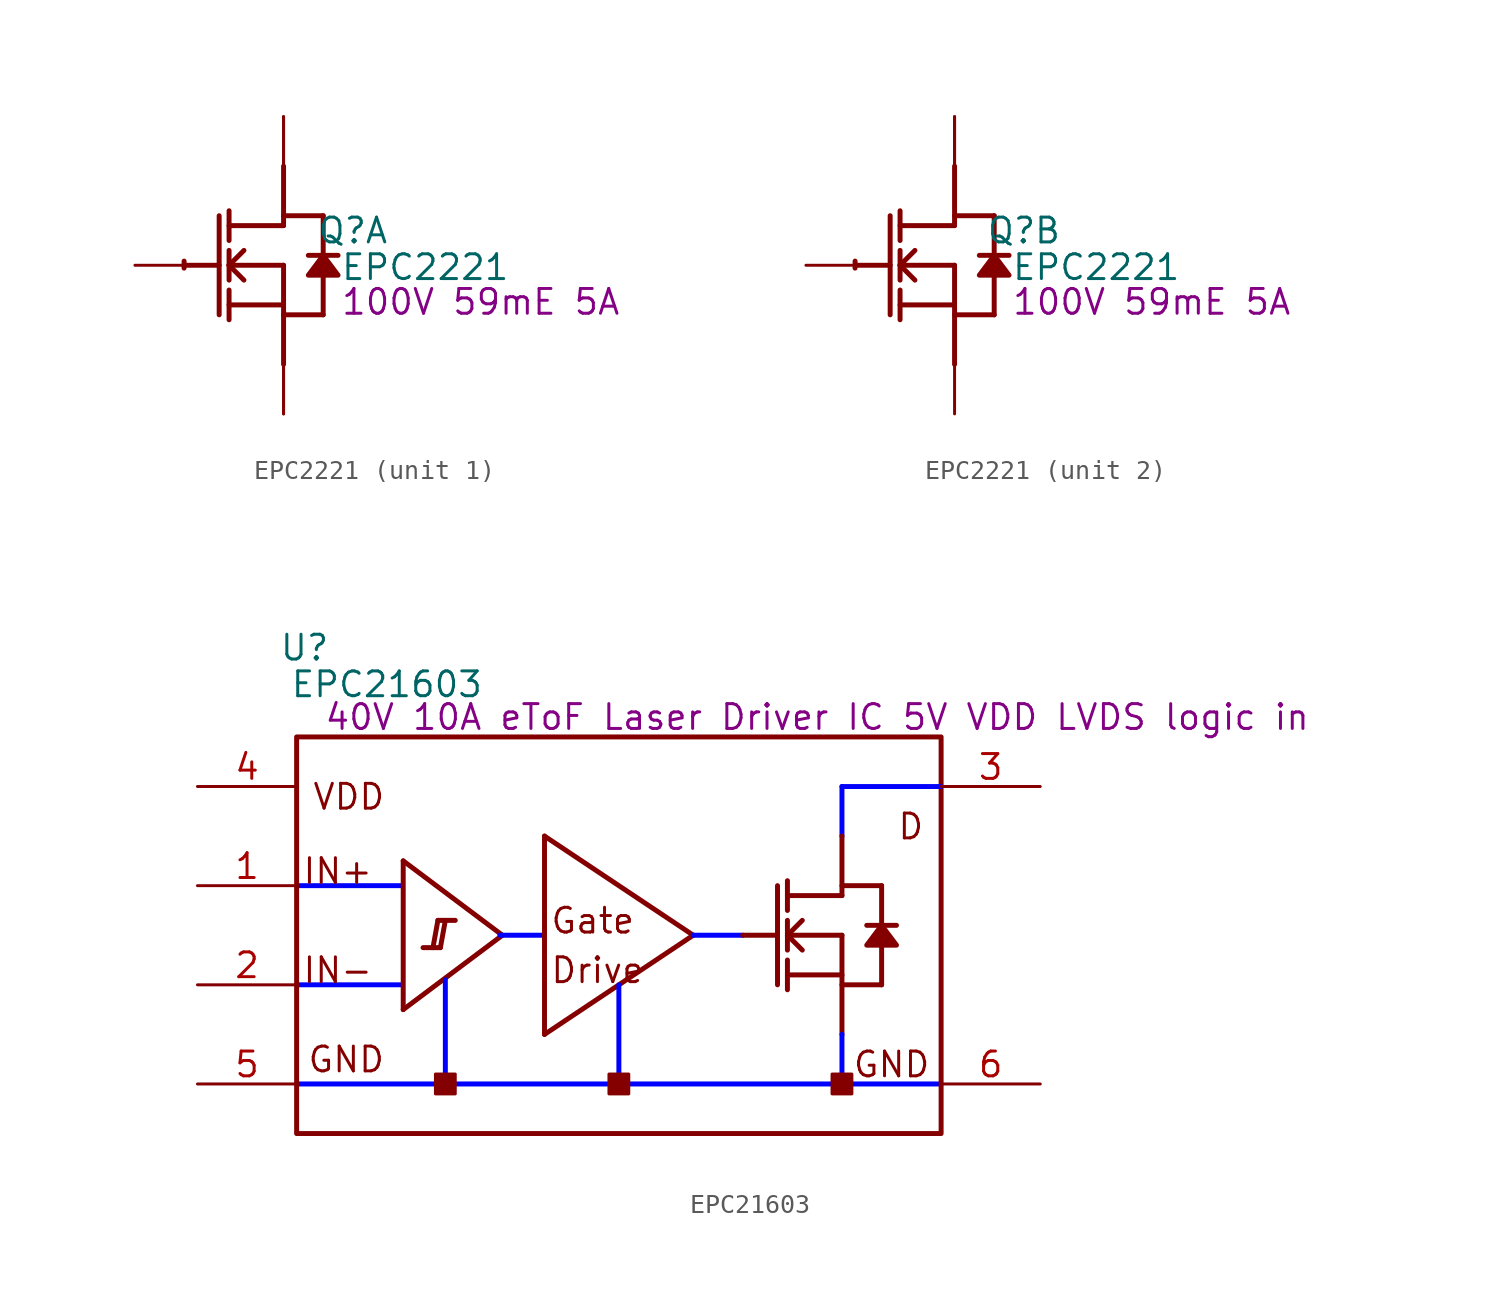
<source format=kicad_sym>
(kicad_symbol_lib
  (version 20231120)
  (generator "kicad_symbol_editor")
  (generator_version "8.0")
  (symbol "EPC2221"
    (property "Reference" "Q"
      (at 3.556 1.778 0)
      (effects (font (size 1.27 1.27))))
    (property "Value" "EPC2221"
      (at 7.264 -0.102 0)
      (effects (font (size 1.27 1.27))))
    (property "Description" "100V 59mE 5A"
      (at 10.109 -1.88 0)
      (effects (font (size 1.27 1.27))))
    (symbol "EPC2221_1_0"
      (arc (start -5.0996 0.2128) (mid -5.1039 0.0331) (end -5.1019 -0.1467) (stroke (width 0.254) (type solid)) (fill (type none)))
      (polyline (pts (xy -5.08 0) (xy -3.302 0)) (stroke (width 0.254) (type solid)) (fill (type none)))
      (polyline (pts (xy -3.302 2.54) (xy -3.302 -2.54)) (stroke (width 0.254) (type solid)) (fill (type none)))
      (polyline (pts (xy -2.794 -2.794) (xy -2.794 -1.27)) (stroke (width 0.254) (type solid)) (fill (type none)))
      (polyline (pts (xy -2.794 -2.032) (xy 0 -2.032)) (stroke (width 0.254) (type solid)) (fill (type none)))
      (polyline (pts (xy -2.794 -0.762) (xy -2.794 0.762)) (stroke (width 0.254) (type solid)) (fill (type none)))
      (polyline (pts (xy -2.794 0) (xy -2.032 0.762)) (stroke (width 0.254) (type solid)) (fill (type none)))
      (polyline (pts (xy -2.794 0) (xy 0 0)) (stroke (width 0.254) (type solid)) (fill (type none)))
      (polyline (pts (xy -2.794 1.27) (xy -2.794 2.794)) (stroke (width 0.254) (type solid)) (fill (type none)))
      (polyline (pts (xy -2.032 -0.762) (xy -2.794 0)) (stroke (width 0.254) (type solid)) (fill (type none)))
      (polyline (pts (xy 0 -2.54) (xy 2.032 -2.54)) (stroke (width 0.254) (type solid)) (fill (type none)))
      (polyline (pts (xy 0 0) (xy 0 -5.08)) (stroke (width 0.254) (type solid)) (fill (type none)))
      (polyline (pts (xy 0 2.032) (xy -2.794 2.032)) (stroke (width 0.254) (type solid)) (fill (type none)))
      (polyline (pts (xy 0 2.032) (xy 0 5.08)) (stroke (width 0.254) (type solid)) (fill (type none)))
      (polyline (pts (xy 0 2.54) (xy 2.032 2.54)) (stroke (width 0.254) (type solid)) (fill (type none)))
      (polyline (pts (xy 2.032 -0.508) (xy 2.032 -2.54)) (stroke (width 0.254) (type solid)) (fill (type none)))
      (polyline (pts (xy 2.032 2.54) (xy 2.032 0.508)) (stroke (width 0.254) (type solid)) (fill (type none)))
      (polyline (pts (xy 2.794 0.508) (xy 1.27 0.508)) (stroke (width 0.254) (type solid)) (fill (type none)))
      (polyline (pts (xy 2.032 0.508) (xy 1.27 -0.508) (xy 2.794 -0.508) (xy 2.032 0.508)) (stroke (width 0.254) (type solid)) (fill (type outline)))
      (pin passive line (at -7.62 0 0) (length 2.54) (name "G1" (effects (font (size 0 0)))) (number "1" (effects (font (size 0 0)))))
      (pin open_collector line (at 0 7.62 270) (length 2.54) (name "D1a" (effects (font (size 0 0)))) (number "2" (effects (font (size 0 0)))))
      (pin open_collector line (at 0 7.62 270) (length 2.54) (name "D1b" (effects (font (size 0 0)))) (number "3" (effects (font (size 0 0)))))
      (pin open_emitter line (at 0 -7.62 90) (length 2.54) (name "S1a" (effects (font (size 0 0)))) (number "4" (effects (font (size 0 0)))))
      (pin open_emitter line (at 0 -7.62 90) (length 2.54) (name "S1b" (effects (font (size 0 0)))) (number "6" (effects (font (size 0 0))))))
    (symbol "EPC2221_2_0"
      (arc (start -5.0996 0.2128) (mid -5.1039 0.0331) (end -5.1019 -0.1467) (stroke (width 0.254) (type solid)) (fill (type none)))
      (polyline (pts (xy -5.08 0) (xy -3.302 0)) (stroke (width 0.254) (type solid)) (fill (type none)))
      (polyline (pts (xy -3.302 2.54) (xy -3.302 -2.54)) (stroke (width 0.254) (type solid)) (fill (type none)))
      (polyline (pts (xy -2.794 -2.794) (xy -2.794 -1.27)) (stroke (width 0.254) (type solid)) (fill (type none)))
      (polyline (pts (xy -2.794 -2.032) (xy 0 -2.032)) (stroke (width 0.254) (type solid)) (fill (type none)))
      (polyline (pts (xy -2.794 -0.762) (xy -2.794 0.762)) (stroke (width 0.254) (type solid)) (fill (type none)))
      (polyline (pts (xy -2.794 0) (xy -2.032 0.762)) (stroke (width 0.254) (type solid)) (fill (type none)))
      (polyline (pts (xy -2.794 0) (xy 0 0)) (stroke (width 0.254) (type solid)) (fill (type none)))
      (polyline (pts (xy -2.794 1.27) (xy -2.794 2.794)) (stroke (width 0.254) (type solid)) (fill (type none)))
      (polyline (pts (xy -2.032 -0.762) (xy -2.794 0)) (stroke (width 0.254) (type solid)) (fill (type none)))
      (polyline (pts (xy 0 -2.54) (xy 2.032 -2.54)) (stroke (width 0.254) (type solid)) (fill (type none)))
      (polyline (pts (xy 0 0) (xy 0 -5.08)) (stroke (width 0.254) (type solid)) (fill (type none)))
      (polyline (pts (xy 0 2.032) (xy -2.794 2.032)) (stroke (width 0.254) (type solid)) (fill (type none)))
      (polyline (pts (xy 0 2.032) (xy 0 5.08)) (stroke (width 0.254) (type solid)) (fill (type none)))
      (polyline (pts (xy 0 2.54) (xy 2.032 2.54)) (stroke (width 0.254) (type solid)) (fill (type none)))
      (polyline (pts (xy 2.032 -0.508) (xy 2.032 -2.54)) (stroke (width 0.254) (type solid)) (fill (type none)))
      (polyline (pts (xy 2.032 2.54) (xy 2.032 0.508)) (stroke (width 0.254) (type solid)) (fill (type none)))
      (polyline (pts (xy 2.794 0.508) (xy 1.27 0.508)) (stroke (width 0.254) (type solid)) (fill (type none)))
      (polyline (pts (xy 2.032 0.508) (xy 1.27 -0.508) (xy 2.794 -0.508) (xy 2.032 0.508)) (stroke (width 0.254) (type solid)) (fill (type outline)))
      (pin open_emitter line (at 0 -7.62 90) (length 2.54) (name "S2" (effects (font (size 0 0)))) (number "5" (effects (font (size 0 0)))))
      (pin passive line (at -7.62 0 0) (length 2.54) (name "G2" (effects (font (size 0 0)))) (number "7" (effects (font (size 0 0)))))
      (pin open_collector line (at 0 7.62 270) (length 2.54) (name "D2a" (effects (font (size 0 0)))) (number "8" (effects (font (size 0 0)))))
      (pin open_collector line (at 0 7.62 270) (length 2.54) (name "D2b" (effects (font (size 0 0)))) (number "9" (effects (font (size 0 0)))))))
  (symbol "EPC21603"
    (property "Reference" "U"
      (at 0.406 24.892 0)
      (effects (font (size 1.27 1.27))))
    (property "Value" "EPC21603"
      (at 4.623 23.012 0)
      (effects (font (size 1.27 1.27))))
    (property "Description" "40V 10A eToF Laser Driver IC 5V VDD LVDS logic in"
      (at 26.67 21.336 0)
      (effects (font (size 1.27 1.27))))
    (symbol "EPC21603_1_0"
      (polyline (pts (xy 0 2.54) (xy 33.02 2.54)) (stroke (width 0.254) (type solid) (color 0 0 255 1)) (fill (type none)))
      (polyline (pts (xy 0 7.62) (xy 5.334 7.62)) (stroke (width 0.254) (type solid) (color 0 0 255 1)) (fill (type none)))
      (polyline (pts (xy 0 12.7) (xy 5.334 12.7)) (stroke (width 0.254) (type solid) (color 0 0 255 1)) (fill (type none)))
      (polyline (pts (xy 5.461 6.35) (xy 10.541 10.16)) (stroke (width 0.254) (type solid)) (fill (type none)))
      (polyline (pts (xy 5.461 13.97) (xy 5.461 6.35)) (stroke (width 0.254) (type solid)) (fill (type none)))
      (polyline (pts (xy 5.461 13.97) (xy 10.541 10.16)) (stroke (width 0.254) (type solid)) (fill (type none)))
      (polyline (pts (xy 6.985 9.525) (xy 7.239 10.922)) (stroke (width 0.254) (type solid)) (fill (type none)))
      (polyline (pts (xy 7.366 9.525) (xy 6.477 9.525)) (stroke (width 0.254) (type solid)) (fill (type none)))
      (polyline (pts (xy 7.366 9.525) (xy 7.62 10.922)) (stroke (width 0.254) (type solid)) (fill (type none)))
      (polyline (pts (xy 7.62 2.54) (xy 7.62 7.874)) (stroke (width 0.254) (type solid) (color 0 0 255 1)) (fill (type none)))
      (polyline (pts (xy 8.128 10.922) (xy 7.239 10.922)) (stroke (width 0.254) (type solid)) (fill (type none)))
      (polyline (pts (xy 10.414 10.16) (xy 12.7 10.16)) (stroke (width 0.254) (type solid) (color 0 0 255 1)) (fill (type none)))
      (polyline (pts (xy 12.7 5.08) (xy 20.32 10.16)) (stroke (width 0.254) (type solid)) (fill (type none)))
      (polyline (pts (xy 12.7 15.24) (xy 12.7 5.08)) (stroke (width 0.254) (type solid)) (fill (type none)))
      (polyline (pts (xy 12.7 15.24) (xy 20.32 10.16)) (stroke (width 0.254) (type solid)) (fill (type none)))
      (polyline (pts (xy 16.51 2.54) (xy 16.51 7.62)) (stroke (width 0.254) (type solid) (color 0 0 255 1)) (fill (type none)))
      (polyline (pts (xy 20.32 10.16) (xy 22.86 10.16)) (stroke (width 0.254) (type solid) (color 0 0 255 1)) (fill (type none)))
      (polyline (pts (xy 22.86 10.16) (xy 24.638 10.16)) (stroke (width 0.254) (type solid)) (fill (type none)))
      (polyline (pts (xy 24.638 12.7) (xy 24.638 7.62)) (stroke (width 0.254) (type solid)) (fill (type none)))
      (polyline (pts (xy 25.146 7.366) (xy 25.146 8.89)) (stroke (width 0.254) (type solid)) (fill (type none)))
      (polyline (pts (xy 25.146 8.128) (xy 27.94 8.128)) (stroke (width 0.254) (type solid)) (fill (type none)))
      (polyline (pts (xy 25.146 9.398) (xy 25.146 10.922)) (stroke (width 0.254) (type solid)) (fill (type none)))
      (polyline (pts (xy 25.146 10.16) (xy 25.908 10.922)) (stroke (width 0.254) (type solid)) (fill (type none)))
      (polyline (pts (xy 25.146 10.16) (xy 27.94 10.16)) (stroke (width 0.254) (type solid)) (fill (type none)))
      (polyline (pts (xy 25.146 11.43) (xy 25.146 12.954)) (stroke (width 0.254) (type solid)) (fill (type none)))
      (polyline (pts (xy 25.908 9.398) (xy 25.146 10.16)) (stroke (width 0.254) (type solid)) (fill (type none)))
      (polyline (pts (xy 27.94 2.54) (xy 27.94 5.08)) (stroke (width 0.254) (type solid) (color 0 0 255 1)) (fill (type none)))
      (polyline (pts (xy 27.94 7.62) (xy 29.972 7.62)) (stroke (width 0.254) (type solid)) (fill (type none)))
      (polyline (pts (xy 27.94 10.16) (xy 27.94 5.08)) (stroke (width 0.254) (type solid)) (fill (type none)))
      (polyline (pts (xy 27.94 12.192) (xy 25.146 12.192)) (stroke (width 0.254) (type solid)) (fill (type none)))
      (polyline (pts (xy 27.94 12.192) (xy 27.94 15.24)) (stroke (width 0.254) (type solid)) (fill (type none)))
      (polyline (pts (xy 27.94 12.7) (xy 29.972 12.7)) (stroke (width 0.254) (type solid)) (fill (type none)))
      (polyline (pts (xy 27.94 17.78) (xy 27.94 15.24)) (stroke (width 0.254) (type solid) (color 0 0 255 1)) (fill (type none)))
      (polyline (pts (xy 29.972 9.652) (xy 29.972 7.62)) (stroke (width 0.254) (type solid)) (fill (type none)))
      (polyline (pts (xy 29.972 12.7) (xy 29.972 10.668)) (stroke (width 0.254) (type solid)) (fill (type none)))
      (polyline (pts (xy 30.734 10.668) (xy 29.21 10.668)) (stroke (width 0.254) (type solid)) (fill (type none)))
      (polyline (pts (xy 33.02 17.78) (xy 27.94 17.78)) (stroke (width 0.254) (type solid) (color 0 0 255 1)) (fill (type none)))
      (polyline (pts (xy 29.972 10.668) (xy 29.21 9.652) (xy 30.734 9.652) (xy 29.972 10.668)) (stroke (width 0.254) (type solid)) (fill (type outline)))
      (rectangle (start 8.128 3.048) (end 7.112 2.032) (stroke (width 0) (type solid)) (fill (type outline)))
      (rectangle (start 17.018 3.048) (end 16.002 2.032) (stroke (width 0) (type solid)) (fill (type outline)))
      (rectangle (start 28.448 3.048) (end 27.432 2.032) (stroke (width 0) (type solid)) (fill (type outline)))
      (rectangle (start 33.02 20.32) (end 0 0) (stroke (width 0.254) (type solid)) (fill (type none)))
      (text "D" (at 30.734 14.986 0) (effects (font (size 1.27 1.27)) (justify left bottom)))
      (text "Drive" (at 12.954 7.62 0) (effects (font (size 1.27 1.27)) (justify left bottom)))
      (text "Gate" (at 12.954 10.16 0) (effects (font (size 1.27 1.27)) (justify left bottom)))
      (text "GND" (at 0.508 3.048 0) (effects (font (size 1.27 1.27)) (justify left bottom)))
      (text "GND" (at 28.448 2.794 0) (effects (font (size 1.27 1.27)) (justify left bottom)))
      (text "IN+" (at 0.254 12.7 0) (effects (font (size 1.27 1.27)) (justify left bottom)))
      (text "IN-" (at 0.254 7.62 0) (effects (font (size 1.27 1.27)) (justify left bottom)))
      (text "VDD" (at 0.762 16.51 0) (effects (font (size 1.27 1.27)) (justify left bottom)))
      (pin passive line (at -5.08 12.7 0) (length 5.08) (name "IN+" (effects (font (size 0 0)))) (number "1" (effects (font (size 1.27 1.27)))))
      (pin passive line (at -5.08 7.62 0) (length 5.08) (name "IN-" (effects (font (size 0 0)))) (number "2" (effects (font (size 1.27 1.27)))))
      (pin passive line (at 38.1 17.78 180) (length 5.08) (name "D" (effects (font (size 0 0)))) (number "3" (effects (font (size 1.27 1.27)))))
      (pin passive line (at -5.08 17.78 0) (length 5.08) (name "VDD" (effects (font (size 0 0)))) (number "4" (effects (font (size 1.27 1.27)))))
      (pin passive line (at -5.08 2.54 0) (length 5.08) (name "GND" (effects (font (size 0 0)))) (number "5" (effects (font (size 1.27 1.27)))))
      (pin passive line (at 38.1 2.54 180) (length 5.08) (name "GND" (effects (font (size 0 0)))) (number "6" (effects (font (size 1.27 1.27))))))))
</source>
